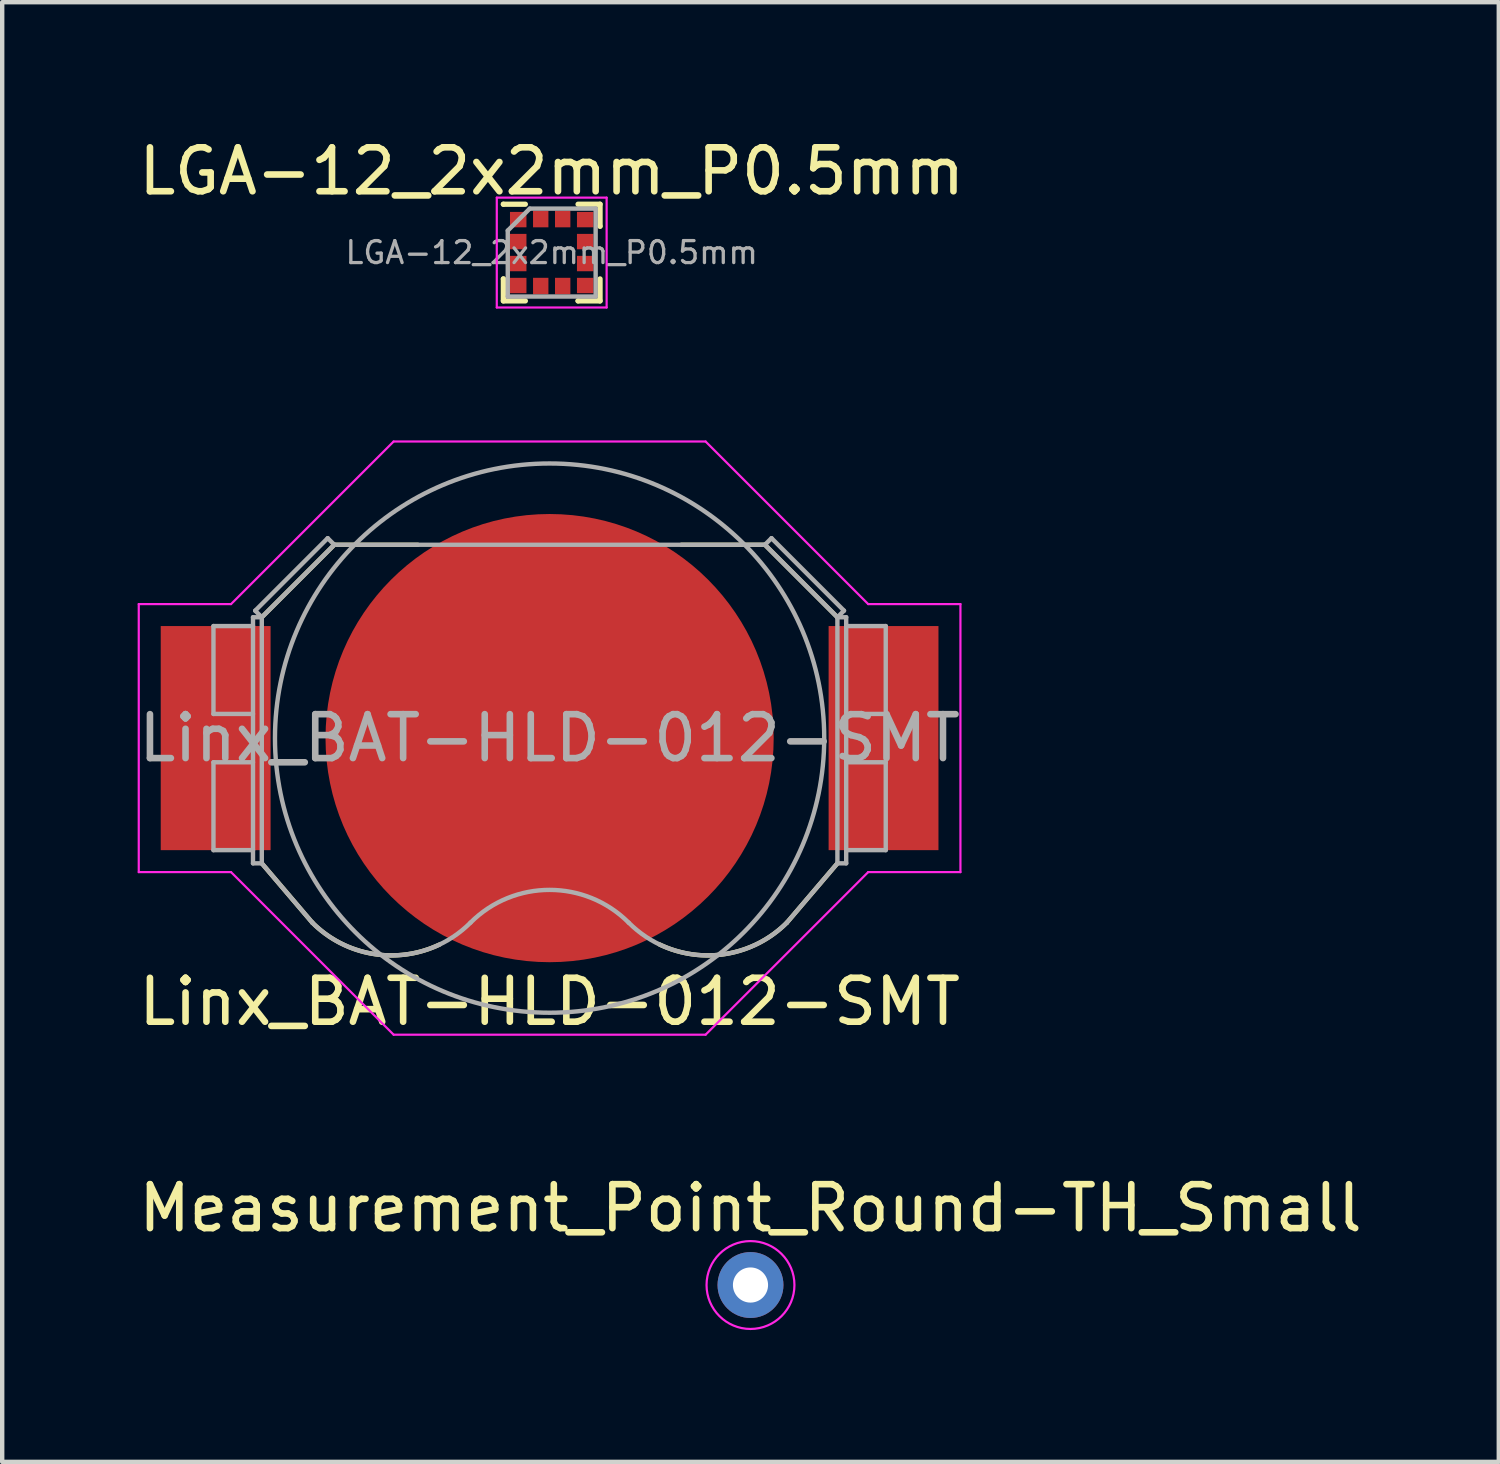
<source format=kicad_pcb>
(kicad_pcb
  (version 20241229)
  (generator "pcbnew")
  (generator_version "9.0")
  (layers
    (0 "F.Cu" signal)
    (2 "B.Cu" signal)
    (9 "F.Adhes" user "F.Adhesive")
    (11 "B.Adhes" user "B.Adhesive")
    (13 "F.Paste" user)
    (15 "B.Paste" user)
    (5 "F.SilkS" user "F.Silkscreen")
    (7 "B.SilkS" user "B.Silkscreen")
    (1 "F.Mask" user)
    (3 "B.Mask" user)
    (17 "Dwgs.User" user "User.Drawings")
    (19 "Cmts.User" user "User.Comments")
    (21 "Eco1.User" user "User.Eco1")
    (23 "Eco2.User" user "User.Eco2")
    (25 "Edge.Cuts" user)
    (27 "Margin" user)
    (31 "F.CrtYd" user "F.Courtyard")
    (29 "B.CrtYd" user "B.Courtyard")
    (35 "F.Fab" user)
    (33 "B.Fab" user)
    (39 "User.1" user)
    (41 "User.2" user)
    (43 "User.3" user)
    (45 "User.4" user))
  (footprint "Measurement_Point_Round-TH_Small"
    (layer "F.Cu")
    (at 14.03 26.195)
    (property "Reference" "Measurement_Point_Round-TH_Small" (at 0 -1.75 0) (layer "F.SilkS") (effects (font (size 1 1) (thickness 0.15))))
    (attr exclude_from_pos_files exclude_from_bom)
    (fp_circle (center 0 0) (end 1 0) (stroke (width 0.05) (type solid)) (fill no) (layer "F.CrtYd"))
    (pad "1" thru_hole circle (at 0 0) (size 1.5 1.5) (drill 0.8) (layers "*.Cu" "*.Mask")))
  (footprint "Linx_BAT-HLD-012-SMT"
    (layer "F.Cu")
    (at 9.458 13.748)
    (property "Reference" "Linx_BAT-HLD-012-SMT" (at 0 6 0) (layer "F.SilkS") (effects (font (size 1 1) (thickness 0.15))))
    (attr smd)
    (fp_line (start -6.55 -2.75) (end -4.9 -4.4) (stroke (width 0.1) (type solid)) (layer "F.SilkS"))
    (fp_line (start -6.55 2.85) (end -5.4 4.2) (stroke (width 0.1) (type solid)) (layer "F.SilkS"))
    (fp_line (start -4.9 -4.4) (end -3 -4.4) (stroke (width 0.1) (type solid)) (layer "F.SilkS"))
    (fp_line (start 4.9 -4.4) (end 3 -4.4) (stroke (width 0.1) (type solid)) (layer "F.SilkS"))
    (fp_line (start 4.9 -4.4) (end 6.55 -2.75) (stroke (width 0.1) (type solid)) (layer "F.SilkS"))
    (fp_line (start 6.55 2.85) (end 5.4 4.2) (stroke (width 0.1) (type solid)) (layer "F.SilkS"))
    (fp_arc (start -2.504098 4.697607) (mid -4.031094 4.908816) (end -5.4 4.2) (stroke (width 0.1) (type solid)) (layer "F.SilkS"))
    (fp_arc (start 5.4 4.2) (mid 4.029781 4.909041) (end 2.501694 4.696459) (stroke (width 0.1) (type solid)) (layer "F.SilkS"))
    (fp_line (start -9.35 -3.05) (end -7.25 -3.05) (stroke (width 0.05) (type solid)) (layer "F.CrtYd"))
    (fp_line (start -9.35 3.05) (end -9.35 -3.05) (stroke (width 0.05) (type solid)) (layer "F.CrtYd"))
    (fp_line (start -9.35 3.05) (end -7.25 3.05) (stroke (width 0.05) (type solid)) (layer "F.CrtYd"))
    (fp_line (start -7.25 -3.05) (end -3.55 -6.75) (stroke (width 0.05) (type solid)) (layer "F.CrtYd"))
    (fp_line (start -3.55 -6.75) (end 3.55 -6.75) (stroke (width 0.05) (type solid)) (layer "F.CrtYd"))
    (fp_line (start -3.55 6.75) (end -7.25 3.05) (stroke (width 0.05) (type solid)) (layer "F.CrtYd"))
    (fp_line (start -3.55 6.75) (end 3.55 6.75) (stroke (width 0.05) (type solid)) (layer "F.CrtYd"))
    (fp_line (start 3.55 -6.75) (end 7.25 -3.05) (stroke (width 0.05) (type solid)) (layer "F.CrtYd"))
    (fp_line (start 3.55 6.75) (end 7.25 3.05) (stroke (width 0.05) (type solid)) (layer "F.CrtYd"))
    (fp_line (start 7.25 -3.05) (end 9.35 -3.05) (stroke (width 0.05) (type solid)) (layer "F.CrtYd"))
    (fp_line (start 9.35 -3.05) (end 9.35 3.05) (stroke (width 0.05) (type solid)) (layer "F.CrtYd"))
    (fp_line (start 9.35 3.05) (end 7.25 3.05) (stroke (width 0.05) (type solid)) (layer "F.CrtYd"))
    (fp_line (start -7.65 -2.55) (end -7.65 -0.55) (stroke (width 0.1) (type solid)) (layer "F.Fab"))
    (fp_line (start -7.65 -2.55) (end -6.75 -2.55) (stroke (width 0.1) (type solid)) (layer "F.Fab"))
    (fp_line (start -7.65 -0.55) (end -6.75 -0.55) (stroke (width 0.1) (type solid)) (layer "F.Fab"))
    (fp_line (start -7.65 0.55) (end -7.65 2.55) (stroke (width 0.1) (type solid)) (layer "F.Fab"))
    (fp_line (start -7.65 2.55) (end -6.75 2.55) (stroke (width 0.1) (type solid)) (layer "F.Fab"))
    (fp_line (start -6.75 -2.75) (end -6.55 -2.75) (stroke (width 0.1) (type solid)) (layer "F.Fab"))
    (fp_line (start -6.75 0.55) (end -7.65 0.55) (stroke (width 0.1) (type solid)) (layer "F.Fab"))
    (fp_line (start -6.75 2.85) (end -6.75 -2.75) (stroke (width 0.1) (type solid)) (layer "F.Fab"))
    (fp_line (start -6.75 2.85) (end -6.55 2.85) (stroke (width 0.1) (type solid)) (layer "F.Fab"))
    (fp_line (start -6.7 -2.9) (end -5.05 -4.55) (stroke (width 0.1) (type solid)) (layer "F.Fab"))
    (fp_line (start -6.55 -2.75) (end -6.7 -2.9) (stroke (width 0.1) (type solid)) (layer "F.Fab"))
    (fp_line (start -6.55 -2.75) (end -4.9 -4.4) (stroke (width 0.1) (type solid)) (layer "F.Fab"))
    (fp_line (start -6.55 2.85) (end -6.55 -2.75) (stroke (width 0.1) (type solid)) (layer "F.Fab"))
    (fp_line (start -6.55 2.85) (end -5.4 4.2) (stroke (width 0.1) (type solid)) (layer "F.Fab"))
    (fp_line (start -5.05 -4.55) (end -4.9 -4.4) (stroke (width 0.1) (type solid)) (layer "F.Fab"))
    (fp_line (start 4.9 -4.4) (end -4.9 -4.4) (stroke (width 0.1) (type solid)) (layer "F.Fab"))
    (fp_line (start 5.05 -4.55) (end 4.9 -4.4) (stroke (width 0.1) (type solid)) (layer "F.Fab"))
    (fp_line (start 6.55 -2.75) (end 4.9 -4.4) (stroke (width 0.1) (type solid)) (layer "F.Fab"))
    (fp_line (start 6.55 -2.75) (end 6.7 -2.9) (stroke (width 0.1) (type solid)) (layer "F.Fab"))
    (fp_line (start 6.55 -2.75) (end 6.75 -2.75) (stroke (width 0.1) (type solid)) (layer "F.Fab"))
    (fp_line (start 6.55 2.85) (end 5.4 4.2) (stroke (width 0.1) (type solid)) (layer "F.Fab"))
    (fp_line (start 6.55 2.85) (end 6.55 -2.75) (stroke (width 0.1) (type solid)) (layer "F.Fab"))
    (fp_line (start 6.7 -2.9) (end 5.05 -4.55) (stroke (width 0.1) (type solid)) (layer "F.Fab"))
    (fp_line (start 6.75 -0.55) (end 7.65 -0.55) (stroke (width 0.1) (type solid)) (layer "F.Fab"))
    (fp_line (start 6.75 2.55) (end 7.65 2.55) (stroke (width 0.1) (type solid)) (layer "F.Fab"))
    (fp_line (start 6.75 2.85) (end 6.55 2.85) (stroke (width 0.1) (type solid)) (layer "F.Fab"))
    (fp_line (start 6.75 2.85) (end 6.75 -2.75) (stroke (width 0.1) (type solid)) (layer "F.Fab"))
    (fp_line (start 7.65 -2.55) (end 6.75 -2.55) (stroke (width 0.1) (type solid)) (layer "F.Fab"))
    (fp_line (start 7.65 -0.55) (end 7.65 -2.55) (stroke (width 0.1) (type solid)) (layer "F.Fab"))
    (fp_line (start 7.65 0.55) (end 6.75 0.55) (stroke (width 0.1) (type solid)) (layer "F.Fab"))
    (fp_line (start 7.65 2.55) (end 7.65 0.55) (stroke (width 0.1) (type solid)) (layer "F.Fab"))
    (fp_arc (start -1.8 4.2) (mid -3.6 4.945584) (end -5.4 4.2) (stroke (width 0.1) (type solid)) (layer "F.Fab"))
    (fp_arc (start -1.8 4.2) (mid 0 3.454416) (end 1.8 4.2) (stroke (width 0.1) (type solid)) (layer "F.Fab"))
    (fp_arc (start 5.4 4.2) (mid 3.6 4.945584) (end 1.8 4.2) (stroke (width 0.1) (type solid)) (layer "F.Fab"))
    (fp_circle (center 0 0) (end -6.25 0) (stroke (width 0.1) (type solid)) (fill no) (layer "F.Fab"))
    (fp_text user "${REFERENCE}" (at 0 0 0) (layer "F.Fab") (effects (font (size 1 1) (thickness 0.15))))
    (pad "1" smd rect (at -7.6 0) (size 2.5 5.1) (layers "F.Cu" "F.Mask" "F.Paste"))
    (pad "1" smd rect (at 7.6 0) (size 2.5 5.1) (layers "F.Cu" "F.Mask" "F.Paste"))
    (pad "2" smd circle (at 0 0) (size 10.2 10.2) (layers "F.Cu" "F.Mask" "F.Paste")))
  (footprint "LGA-12_2x2mm_P0.5mm"
    (layer "F.Cu")
    (at 9.506 2.698)
    (property "Reference" "LGA-12_2x2mm_P0.5mm" (at 0 -1.85 0) (layer "F.SilkS") (effects (font (size 1 1) (thickness 0.15))))
    (attr smd)
    (fp_line (start -1.1 -1.1) (end -1.1 -1.1) (stroke (width 0.12) (type solid)) (layer "F.SilkS"))
    (fp_line (start -1.1 0.6) (end -1.1 0.6) (stroke (width 0.12) (type solid)) (layer "F.SilkS"))
    (fp_line (start -1.1 1.1) (end -1.1 0.6) (stroke (width 0.12) (type solid)) (layer "F.SilkS"))
    (fp_line (start -0.6 -1.1) (end -1.1 -1.1) (stroke (width 0.12) (type solid)) (layer "F.SilkS"))
    (fp_line (start -0.6 1.1) (end -1.1 1.1) (stroke (width 0.12) (type solid)) (layer "F.SilkS"))
    (fp_line (start 0.6 -1.1) (end 1.1 -1.1) (stroke (width 0.12) (type solid)) (layer "F.SilkS"))
    (fp_line (start 0.6 1.1) (end 0.6 1.1) (stroke (width 0.12) (type solid)) (layer "F.SilkS"))
    (fp_line (start 1.1 -1.1) (end 1.1 -0.6) (stroke (width 0.12) (type solid)) (layer "F.SilkS"))
    (fp_line (start 1.1 -0.6) (end 1.1 -0.6) (stroke (width 0.12) (type solid)) (layer "F.SilkS"))
    (fp_line (start 1.1 0.6) (end 1.1 1.1) (stroke (width 0.12) (type solid)) (layer "F.SilkS"))
    (fp_line (start 1.1 1.1) (end 0.6 1.1) (stroke (width 0.12) (type solid)) (layer "F.SilkS"))
    (fp_line (start -1.25 -1.25) (end 1.25 -1.25) (stroke (width 0.05) (type solid)) (layer "F.CrtYd"))
    (fp_line (start -1.25 1.25) (end -1.25 -1.25) (stroke (width 0.05) (type solid)) (layer "F.CrtYd"))
    (fp_line (start 1.25 -1.25) (end 1.25 1.25) (stroke (width 0.05) (type solid)) (layer "F.CrtYd"))
    (fp_line (start 1.25 1.25) (end -1.25 1.25) (stroke (width 0.05) (type solid)) (layer "F.CrtYd"))
    (fp_line (start -1 -0.5) (end -0.5 -1) (stroke (width 0.1) (type solid)) (layer "F.Fab"))
    (fp_line (start -1 1) (end -1 -0.5) (stroke (width 0.1) (type solid)) (layer "F.Fab"))
    (fp_line (start -0.5 -1) (end 1 -1) (stroke (width 0.1) (type solid)) (layer "F.Fab"))
    (fp_line (start 1 -1) (end 1 1) (stroke (width 0.1) (type solid)) (layer "F.Fab"))
    (fp_line (start 1 1) (end -1 1) (stroke (width 0.1) (type solid)) (layer "F.Fab"))
    (fp_text user "${REFERENCE}" (at 0 0 0) (layer "F.Fab") (effects (font (size 0.5 0.5) (thickness 0.075))))
    (pad "1" smd rect (at -0.762 -0.75) (size 0.375 0.35) (layers "F.Cu" "F.Mask" "F.Paste"))
    (pad "2" smd rect (at -0.762 -0.25) (size 0.375 0.35) (layers "F.Cu" "F.Mask" "F.Paste"))
    (pad "3" smd rect (at -0.762 0.25) (size 0.375 0.35) (layers "F.Cu" "F.Mask" "F.Paste"))
    (pad "4" smd rect (at -0.762 0.75) (size 0.375 0.35) (layers "F.Cu" "F.Mask" "F.Paste"))
    (pad "5" smd rect (at -0.25 0.762 90) (size 0.375 0.35) (layers "F.Cu" "F.Mask" "F.Paste"))
    (pad "6" smd rect (at 0.25 0.762 90) (size 0.375 0.35) (layers "F.Cu" "F.Mask" "F.Paste"))
    (pad "7" smd rect (at 0.762 0.75) (size 0.375 0.35) (layers "F.Cu" "F.Mask" "F.Paste"))
    (pad "8" smd rect (at 0.762 0.25) (size 0.375 0.35) (layers "F.Cu" "F.Mask" "F.Paste"))
    (pad "9" smd rect (at 0.762 -0.25) (size 0.375 0.35) (layers "F.Cu" "F.Mask" "F.Paste"))
    (pad "10" smd rect (at 0.762 -0.75) (size 0.375 0.35) (layers "F.Cu" "F.Mask" "F.Paste"))
    (pad "11" smd rect (at 0.25 -0.762 90) (size 0.375 0.35) (layers "F.Cu" "F.Mask" "F.Paste"))
    (pad "12" smd rect (at -0.25 -0.762 90) (size 0.375 0.35) (layers "F.Cu" "F.Mask" "F.Paste")))
  (gr_rect
    (start -3 -3)
    (end 31.06 30.22)
    (stroke (width 0.1) (type default))
    (fill no)
    (layer "Edge.Cuts")))
</source>
